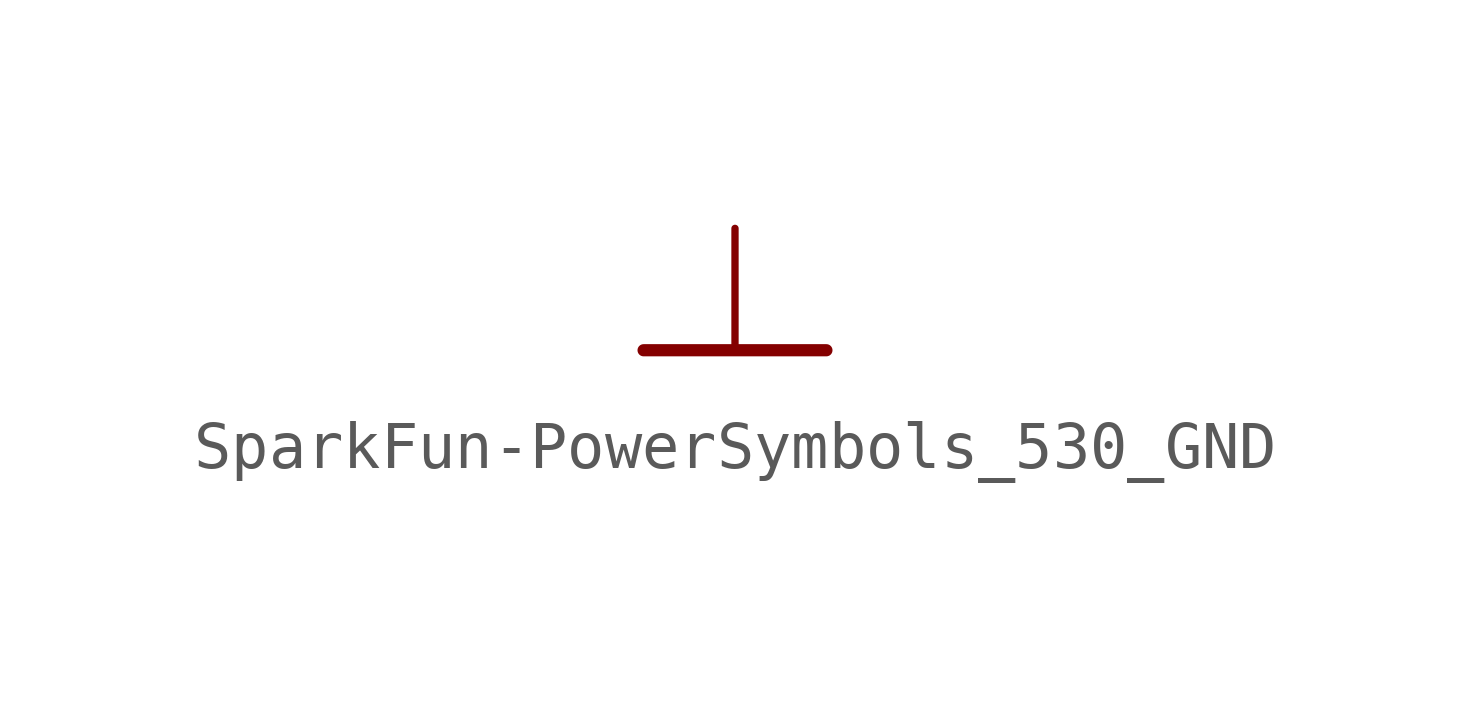
<source format=kicad_sym>
(kicad_symbol_lib
  (version 20241209)
  (generator "kicad_symbol_editor")
  (generator_version "9.0")
  (symbol "SparkFun-PowerSymbols_530_GND"
    (power)
    (property "Reference" "#GND"
      (at 0 0 0)
      (effects (font (size 1.27 1.27)) (hide yes)))
    (property "Value" ""
      (at 0 -0.254 0)
      (effects (font (size 1.778 1.511)) (justify top)))
    (property "ki_locked" ""
      (at 0 0 0)
      (effects (font (size 1.27 1.27))))
    (symbol "SparkFun-PowerSymbols_530_GND_1_0"
      (polyline (pts (xy -1.905 0) (xy 1.905 0)) (stroke (width 0.254) (type solid)) (fill (type none)))
      (pin power_in line (at 0 2.54 270) (length 2.54) (name "GND" (effects (font (size 0 0)))) (number "1" (effects (font (size 0 0))))))))
</source>
